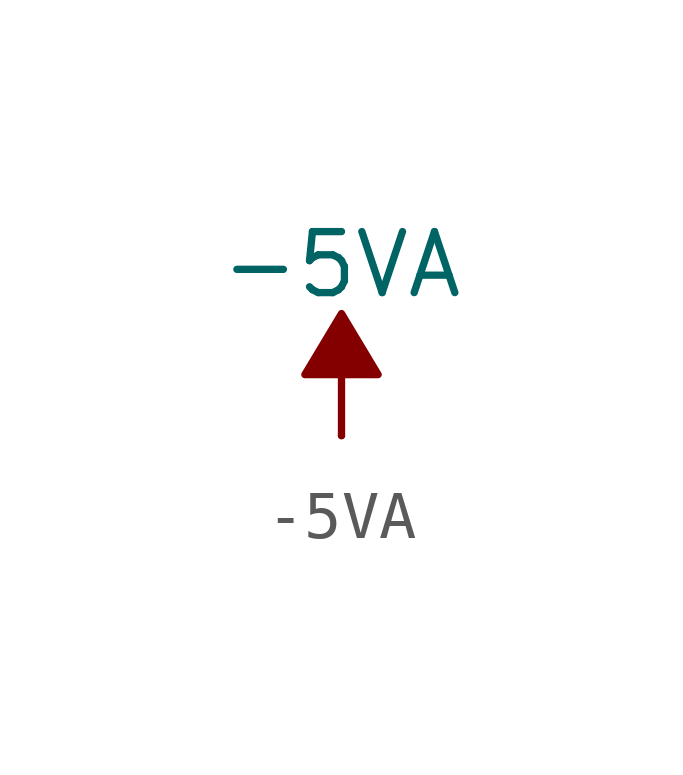
<source format=kicad_sym>
(kicad_symbol_lib
  (version 20241209)
  (generator "kicad_symbol_editor")
  (generator_version "9.0")
  (symbol "-5VA"
    (power)
    (pin_numbers
      (hide yes))
    (pin_names
      (offset 0)
      (hide yes))
    (property "Reference" "#PWR"
      (at 0 -3.81 0)
      (effects (font (size 1.27 1.27)) (hide yes)))
    (property "Value" "-5VA"
      (at 0 3.556 0)
      (effects (font (size 1.27 1.27))))
    (symbol "-5VA_0_0"
      (pin power_in line (at 0 0 90) (length 0) (name "~" (effects (font (size 1.27 1.27)))) (number "1" (effects (font (size 1.27 1.27))))))
    (symbol "-5VA_0_1"
      (polyline (pts (xy 0 0) (xy 0 1.27) (xy 0.762 1.27) (xy 0 2.54) (xy -0.762 1.27) (xy 0 1.27)) (stroke (width 0) (type default)) (fill (type outline))))))
</source>
